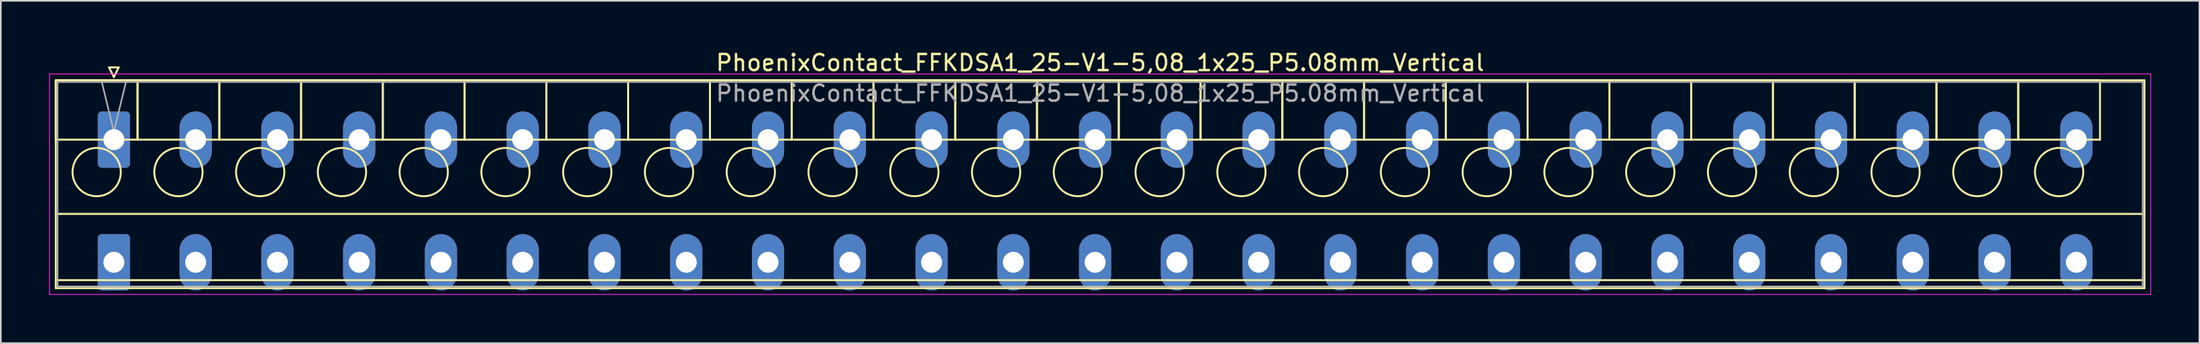
<source format=kicad_pcb>
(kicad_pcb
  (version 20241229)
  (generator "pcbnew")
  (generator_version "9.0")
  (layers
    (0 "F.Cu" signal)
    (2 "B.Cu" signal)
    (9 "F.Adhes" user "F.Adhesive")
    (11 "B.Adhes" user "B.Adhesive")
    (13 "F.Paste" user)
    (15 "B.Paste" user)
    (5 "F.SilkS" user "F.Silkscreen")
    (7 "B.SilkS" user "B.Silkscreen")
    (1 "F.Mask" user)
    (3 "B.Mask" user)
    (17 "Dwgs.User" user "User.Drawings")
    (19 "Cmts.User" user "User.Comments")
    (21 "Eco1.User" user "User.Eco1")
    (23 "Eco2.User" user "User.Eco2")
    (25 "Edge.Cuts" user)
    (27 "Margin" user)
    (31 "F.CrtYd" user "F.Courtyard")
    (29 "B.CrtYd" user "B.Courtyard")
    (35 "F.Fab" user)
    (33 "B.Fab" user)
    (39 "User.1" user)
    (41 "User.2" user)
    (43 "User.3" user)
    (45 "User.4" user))
  (footprint "PhoenixContact_FFKDSA1_25-V1-5,08_1x25_P5.08mm_Vertical"
    (layer "F.Cu")
    (at 4.025 5.628)
    (property "Reference" "PhoenixContact_FFKDSA1_25-V1-5,08_1x25_P5.08mm_Vertical" (at 61.27 -4.78 0) (layer "F.SilkS") (effects (font (size 1 1) (thickness 0.15))))
    (attr through_hole)
    (fp_line (start -3.61 -3.69) (end -3.61 0) (stroke (width 0.12) (type solid)) (layer "F.SilkS"))
    (fp_line (start -3.61 -3.69) (end -3.61 9.23) (stroke (width 0.12) (type solid)) (layer "F.SilkS"))
    (fp_line (start -3.61 0) (end 1.47 0) (stroke (width 0.12) (type solid)) (layer "F.SilkS"))
    (fp_line (start -3.61 4.615) (end 126.15 4.615) (stroke (width 0.12) (type solid)) (layer "F.SilkS"))
    (fp_line (start -3.61 8.73) (end 126.15 8.73) (stroke (width 0.12) (type solid)) (layer "F.SilkS"))
    (fp_line (start -3.61 9.23) (end 126.15 9.23) (stroke (width 0.12) (type solid)) (layer "F.SilkS"))
    (fp_line (start -0.3 -4.49) (end 0.3 -4.49) (stroke (width 0.12) (type solid)) (layer "F.SilkS"))
    (fp_line (start 0 -3.89) (end -0.3 -4.49) (stroke (width 0.12) (type solid)) (layer "F.SilkS"))
    (fp_line (start 0.3 -4.49) (end 0 -3.89) (stroke (width 0.12) (type solid)) (layer "F.SilkS"))
    (fp_line (start 1.47 -3.69) (end -3.61 -3.69) (stroke (width 0.12) (type solid)) (layer "F.SilkS"))
    (fp_line (start 1.47 -3.69) (end 1.47 0) (stroke (width 0.12) (type solid)) (layer "F.SilkS"))
    (fp_line (start 1.47 0) (end 1.47 -3.69) (stroke (width 0.12) (type solid)) (layer "F.SilkS"))
    (fp_line (start 1.47 0) (end 6.55 0) (stroke (width 0.12) (type solid)) (layer "F.SilkS"))
    (fp_line (start 6.55 -3.69) (end 1.47 -3.69) (stroke (width 0.12) (type solid)) (layer "F.SilkS"))
    (fp_line (start 6.55 -3.69) (end 6.55 0) (stroke (width 0.12) (type solid)) (layer "F.SilkS"))
    (fp_line (start 6.55 0) (end 6.55 -3.69) (stroke (width 0.12) (type solid)) (layer "F.SilkS"))
    (fp_line (start 6.55 0) (end 11.63 0) (stroke (width 0.12) (type solid)) (layer "F.SilkS"))
    (fp_line (start 11.63 -3.69) (end 6.55 -3.69) (stroke (width 0.12) (type solid)) (layer "F.SilkS"))
    (fp_line (start 11.63 -3.69) (end 11.63 0) (stroke (width 0.12) (type solid)) (layer "F.SilkS"))
    (fp_line (start 11.63 0) (end 11.63 -3.69) (stroke (width 0.12) (type solid)) (layer "F.SilkS"))
    (fp_line (start 11.63 0) (end 16.71 0) (stroke (width 0.12) (type solid)) (layer "F.SilkS"))
    (fp_line (start 16.71 -3.69) (end 11.63 -3.69) (stroke (width 0.12) (type solid)) (layer "F.SilkS"))
    (fp_line (start 16.71 -3.69) (end 16.71 0) (stroke (width 0.12) (type solid)) (layer "F.SilkS"))
    (fp_line (start 16.71 0) (end 16.71 -3.69) (stroke (width 0.12) (type solid)) (layer "F.SilkS"))
    (fp_line (start 16.71 0) (end 21.79 0) (stroke (width 0.12) (type solid)) (layer "F.SilkS"))
    (fp_line (start 21.79 -3.69) (end 16.71 -3.69) (stroke (width 0.12) (type solid)) (layer "F.SilkS"))
    (fp_line (start 21.79 -3.69) (end 21.79 0) (stroke (width 0.12) (type solid)) (layer "F.SilkS"))
    (fp_line (start 21.79 0) (end 21.79 -3.69) (stroke (width 0.12) (type solid)) (layer "F.SilkS"))
    (fp_line (start 21.79 0) (end 26.87 0) (stroke (width 0.12) (type solid)) (layer "F.SilkS"))
    (fp_line (start 26.87 -3.69) (end 21.79 -3.69) (stroke (width 0.12) (type solid)) (layer "F.SilkS"))
    (fp_line (start 26.87 -3.69) (end 26.87 0) (stroke (width 0.12) (type solid)) (layer "F.SilkS"))
    (fp_line (start 26.87 0) (end 26.87 -3.69) (stroke (width 0.12) (type solid)) (layer "F.SilkS"))
    (fp_line (start 26.87 0) (end 31.95 0) (stroke (width 0.12) (type solid)) (layer "F.SilkS"))
    (fp_line (start 31.95 -3.69) (end 26.87 -3.69) (stroke (width 0.12) (type solid)) (layer "F.SilkS"))
    (fp_line (start 31.95 -3.69) (end 31.95 0) (stroke (width 0.12) (type solid)) (layer "F.SilkS"))
    (fp_line (start 31.95 0) (end 31.95 -3.69) (stroke (width 0.12) (type solid)) (layer "F.SilkS"))
    (fp_line (start 31.95 0) (end 37.03 0) (stroke (width 0.12) (type solid)) (layer "F.SilkS"))
    (fp_line (start 37.03 -3.69) (end 31.95 -3.69) (stroke (width 0.12) (type solid)) (layer "F.SilkS"))
    (fp_line (start 37.03 -3.69) (end 37.03 0) (stroke (width 0.12) (type solid)) (layer "F.SilkS"))
    (fp_line (start 37.03 0) (end 37.03 -3.69) (stroke (width 0.12) (type solid)) (layer "F.SilkS"))
    (fp_line (start 37.03 0) (end 42.11 0) (stroke (width 0.12) (type solid)) (layer "F.SilkS"))
    (fp_line (start 42.11 -3.69) (end 37.03 -3.69) (stroke (width 0.12) (type solid)) (layer "F.SilkS"))
    (fp_line (start 42.11 -3.69) (end 42.11 0) (stroke (width 0.12) (type solid)) (layer "F.SilkS"))
    (fp_line (start 42.11 0) (end 42.11 -3.69) (stroke (width 0.12) (type solid)) (layer "F.SilkS"))
    (fp_line (start 42.11 0) (end 47.19 0) (stroke (width 0.12) (type solid)) (layer "F.SilkS"))
    (fp_line (start 47.19 -3.69) (end 42.11 -3.69) (stroke (width 0.12) (type solid)) (layer "F.SilkS"))
    (fp_line (start 47.19 -3.69) (end 47.19 0) (stroke (width 0.12) (type solid)) (layer "F.SilkS"))
    (fp_line (start 47.19 0) (end 47.19 -3.69) (stroke (width 0.12) (type solid)) (layer "F.SilkS"))
    (fp_line (start 47.19 0) (end 52.27 0) (stroke (width 0.12) (type solid)) (layer "F.SilkS"))
    (fp_line (start 52.27 -3.69) (end 47.19 -3.69) (stroke (width 0.12) (type solid)) (layer "F.SilkS"))
    (fp_line (start 52.27 -3.69) (end 52.27 0) (stroke (width 0.12) (type solid)) (layer "F.SilkS"))
    (fp_line (start 52.27 0) (end 52.27 -3.69) (stroke (width 0.12) (type solid)) (layer "F.SilkS"))
    (fp_line (start 52.27 0) (end 57.35 0) (stroke (width 0.12) (type solid)) (layer "F.SilkS"))
    (fp_line (start 57.35 -3.69) (end 52.27 -3.69) (stroke (width 0.12) (type solid)) (layer "F.SilkS"))
    (fp_line (start 57.35 -3.69) (end 57.35 0) (stroke (width 0.12) (type solid)) (layer "F.SilkS"))
    (fp_line (start 57.35 0) (end 57.35 -3.69) (stroke (width 0.12) (type solid)) (layer "F.SilkS"))
    (fp_line (start 57.35 0) (end 62.43 0) (stroke (width 0.12) (type solid)) (layer "F.SilkS"))
    (fp_line (start 62.43 -3.69) (end 57.35 -3.69) (stroke (width 0.12) (type solid)) (layer "F.SilkS"))
    (fp_line (start 62.43 -3.69) (end 62.43 0) (stroke (width 0.12) (type solid)) (layer "F.SilkS"))
    (fp_line (start 62.43 0) (end 62.43 -3.69) (stroke (width 0.12) (type solid)) (layer "F.SilkS"))
    (fp_line (start 62.43 0) (end 67.51 0) (stroke (width 0.12) (type solid)) (layer "F.SilkS"))
    (fp_line (start 67.51 -3.69) (end 62.43 -3.69) (stroke (width 0.12) (type solid)) (layer "F.SilkS"))
    (fp_line (start 67.51 -3.69) (end 67.51 0) (stroke (width 0.12) (type solid)) (layer "F.SilkS"))
    (fp_line (start 67.51 0) (end 67.51 -3.69) (stroke (width 0.12) (type solid)) (layer "F.SilkS"))
    (fp_line (start 67.51 0) (end 72.59 0) (stroke (width 0.12) (type solid)) (layer "F.SilkS"))
    (fp_line (start 72.59 -3.69) (end 67.51 -3.69) (stroke (width 0.12) (type solid)) (layer "F.SilkS"))
    (fp_line (start 72.59 -3.69) (end 72.59 0) (stroke (width 0.12) (type solid)) (layer "F.SilkS"))
    (fp_line (start 72.59 0) (end 72.59 -3.69) (stroke (width 0.12) (type solid)) (layer "F.SilkS"))
    (fp_line (start 72.59 0) (end 77.67 0) (stroke (width 0.12) (type solid)) (layer "F.SilkS"))
    (fp_line (start 77.67 -3.69) (end 72.59 -3.69) (stroke (width 0.12) (type solid)) (layer "F.SilkS"))
    (fp_line (start 77.67 -3.69) (end 77.67 0) (stroke (width 0.12) (type solid)) (layer "F.SilkS"))
    (fp_line (start 77.67 0) (end 77.67 -3.69) (stroke (width 0.12) (type solid)) (layer "F.SilkS"))
    (fp_line (start 77.67 0) (end 82.75 0) (stroke (width 0.12) (type solid)) (layer "F.SilkS"))
    (fp_line (start 82.75 -3.69) (end 77.67 -3.69) (stroke (width 0.12) (type solid)) (layer "F.SilkS"))
    (fp_line (start 82.75 -3.69) (end 82.75 0) (stroke (width 0.12) (type solid)) (layer "F.SilkS"))
    (fp_line (start 82.75 0) (end 82.75 -3.69) (stroke (width 0.12) (type solid)) (layer "F.SilkS"))
    (fp_line (start 82.75 0) (end 87.83 0) (stroke (width 0.12) (type solid)) (layer "F.SilkS"))
    (fp_line (start 87.83 -3.69) (end 82.75 -3.69) (stroke (width 0.12) (type solid)) (layer "F.SilkS"))
    (fp_line (start 87.83 -3.69) (end 87.83 0) (stroke (width 0.12) (type solid)) (layer "F.SilkS"))
    (fp_line (start 87.83 0) (end 87.83 -3.69) (stroke (width 0.12) (type solid)) (layer "F.SilkS"))
    (fp_line (start 87.83 0) (end 92.91 0) (stroke (width 0.12) (type solid)) (layer "F.SilkS"))
    (fp_line (start 92.91 -3.69) (end 87.83 -3.69) (stroke (width 0.12) (type solid)) (layer "F.SilkS"))
    (fp_line (start 92.91 -3.69) (end 92.91 0) (stroke (width 0.12) (type solid)) (layer "F.SilkS"))
    (fp_line (start 92.91 0) (end 92.91 -3.69) (stroke (width 0.12) (type solid)) (layer "F.SilkS"))
    (fp_line (start 92.91 0) (end 97.99 0) (stroke (width 0.12) (type solid)) (layer "F.SilkS"))
    (fp_line (start 97.99 -3.69) (end 92.91 -3.69) (stroke (width 0.12) (type solid)) (layer "F.SilkS"))
    (fp_line (start 97.99 -3.69) (end 97.99 0) (stroke (width 0.12) (type solid)) (layer "F.SilkS"))
    (fp_line (start 97.99 0) (end 97.99 -3.69) (stroke (width 0.12) (type solid)) (layer "F.SilkS"))
    (fp_line (start 97.99 0) (end 103.07 0) (stroke (width 0.12) (type solid)) (layer "F.SilkS"))
    (fp_line (start 103.07 -3.69) (end 97.99 -3.69) (stroke (width 0.12) (type solid)) (layer "F.SilkS"))
    (fp_line (start 103.07 -3.69) (end 103.07 0) (stroke (width 0.12) (type solid)) (layer "F.SilkS"))
    (fp_line (start 103.07 0) (end 103.07 -3.69) (stroke (width 0.12) (type solid)) (layer "F.SilkS"))
    (fp_line (start 103.07 0) (end 108.15 0) (stroke (width 0.12) (type solid)) (layer "F.SilkS"))
    (fp_line (start 108.15 -3.69) (end 103.07 -3.69) (stroke (width 0.12) (type solid)) (layer "F.SilkS"))
    (fp_line (start 108.15 -3.69) (end 108.15 0) (stroke (width 0.12) (type solid)) (layer "F.SilkS"))
    (fp_line (start 108.15 0) (end 108.15 -3.69) (stroke (width 0.12) (type solid)) (layer "F.SilkS"))
    (fp_line (start 108.15 0) (end 113.23 0) (stroke (width 0.12) (type solid)) (layer "F.SilkS"))
    (fp_line (start 113.23 -3.69) (end 108.15 -3.69) (stroke (width 0.12) (type solid)) (layer "F.SilkS"))
    (fp_line (start 113.23 -3.69) (end 113.23 0) (stroke (width 0.12) (type solid)) (layer "F.SilkS"))
    (fp_line (start 113.23 0) (end 113.23 -3.69) (stroke (width 0.12) (type solid)) (layer "F.SilkS"))
    (fp_line (start 113.23 0) (end 118.31 0) (stroke (width 0.12) (type solid)) (layer "F.SilkS"))
    (fp_line (start 118.31 -3.69) (end 113.23 -3.69) (stroke (width 0.12) (type solid)) (layer "F.SilkS"))
    (fp_line (start 118.31 -3.69) (end 118.31 0) (stroke (width 0.12) (type solid)) (layer "F.SilkS"))
    (fp_line (start 118.31 0) (end 118.31 -3.69) (stroke (width 0.12) (type solid)) (layer "F.SilkS"))
    (fp_line (start 118.31 0) (end 123.39 0) (stroke (width 0.12) (type solid)) (layer "F.SilkS"))
    (fp_line (start 123.39 -3.69) (end 118.31 -3.69) (stroke (width 0.12) (type solid)) (layer "F.SilkS"))
    (fp_line (start 123.39 0) (end 123.39 -3.69) (stroke (width 0.12) (type solid)) (layer "F.SilkS"))
    (fp_line (start 126.15 -3.69) (end -3.61 -3.69) (stroke (width 0.12) (type solid)) (layer "F.SilkS"))
    (fp_line (start 126.15 9.23) (end 126.15 -3.69) (stroke (width 0.12) (type solid)) (layer "F.SilkS"))
    (fp_circle (center -1.07 2.015) (end 0.43 2.015) (stroke (width 0.12) (type solid)) (fill no) (layer "F.SilkS"))
    (fp_circle (center 4.01 2.015) (end 5.51 2.015) (stroke (width 0.12) (type solid)) (fill no) (layer "F.SilkS"))
    (fp_circle (center 9.09 2.015) (end 10.59 2.015) (stroke (width 0.12) (type solid)) (fill no) (layer "F.SilkS"))
    (fp_circle (center 14.17 2.015) (end 15.67 2.015) (stroke (width 0.12) (type solid)) (fill no) (layer "F.SilkS"))
    (fp_circle (center 19.25 2.015) (end 20.75 2.015) (stroke (width 0.12) (type solid)) (fill no) (layer "F.SilkS"))
    (fp_circle (center 24.33 2.015) (end 25.83 2.015) (stroke (width 0.12) (type solid)) (fill no) (layer "F.SilkS"))
    (fp_circle (center 29.41 2.015) (end 30.91 2.015) (stroke (width 0.12) (type solid)) (fill no) (layer "F.SilkS"))
    (fp_circle (center 34.49 2.015) (end 35.99 2.015) (stroke (width 0.12) (type solid)) (fill no) (layer "F.SilkS"))
    (fp_circle (center 39.57 2.015) (end 41.07 2.015) (stroke (width 0.12) (type solid)) (fill no) (layer "F.SilkS"))
    (fp_circle (center 44.65 2.015) (end 46.15 2.015) (stroke (width 0.12) (type solid)) (fill no) (layer "F.SilkS"))
    (fp_circle (center 49.73 2.015) (end 51.23 2.015) (stroke (width 0.12) (type solid)) (fill no) (layer "F.SilkS"))
    (fp_circle (center 54.81 2.015) (end 56.31 2.015) (stroke (width 0.12) (type solid)) (fill no) (layer "F.SilkS"))
    (fp_circle (center 59.89 2.015) (end 61.39 2.015) (stroke (width 0.12) (type solid)) (fill no) (layer "F.SilkS"))
    (fp_circle (center 64.97 2.015) (end 66.47 2.015) (stroke (width 0.12) (type solid)) (fill no) (layer "F.SilkS"))
    (fp_circle (center 70.05 2.015) (end 71.55 2.015) (stroke (width 0.12) (type solid)) (fill no) (layer "F.SilkS"))
    (fp_circle (center 75.13 2.015) (end 76.63 2.015) (stroke (width 0.12) (type solid)) (fill no) (layer "F.SilkS"))
    (fp_circle (center 80.21 2.015) (end 81.71 2.015) (stroke (width 0.12) (type solid)) (fill no) (layer "F.SilkS"))
    (fp_circle (center 85.29 2.015) (end 86.79 2.015) (stroke (width 0.12) (type solid)) (fill no) (layer "F.SilkS"))
    (fp_circle (center 90.37 2.015) (end 91.87 2.015) (stroke (width 0.12) (type solid)) (fill no) (layer "F.SilkS"))
    (fp_circle (center 95.45 2.015) (end 96.95 2.015) (stroke (width 0.12) (type solid)) (fill no) (layer "F.SilkS"))
    (fp_circle (center 100.53 2.015) (end 102.03 2.015) (stroke (width 0.12) (type solid)) (fill no) (layer "F.SilkS"))
    (fp_circle (center 105.61 2.015) (end 107.11 2.015) (stroke (width 0.12) (type solid)) (fill no) (layer "F.SilkS"))
    (fp_circle (center 110.69 2.015) (end 112.19 2.015) (stroke (width 0.12) (type solid)) (fill no) (layer "F.SilkS"))
    (fp_circle (center 115.77 2.015) (end 117.27 2.015) (stroke (width 0.12) (type solid)) (fill no) (layer "F.SilkS"))
    (fp_circle (center 120.85 2.015) (end 122.35 2.015) (stroke (width 0.12) (type solid)) (fill no) (layer "F.SilkS"))
    (fp_line (start -4 -4.08) (end -4 9.62) (stroke (width 0.05) (type solid)) (layer "F.CrtYd"))
    (fp_line (start -4 9.62) (end 126.54 9.62) (stroke (width 0.05) (type solid)) (layer "F.CrtYd"))
    (fp_line (start 126.54 -4.08) (end -4 -4.08) (stroke (width 0.05) (type solid)) (layer "F.CrtYd"))
    (fp_line (start 126.54 9.62) (end 126.54 -4.08) (stroke (width 0.05) (type solid)) (layer "F.CrtYd"))
    (fp_line (start -3.5 -3.58) (end -3.5 9.12) (stroke (width 0.1) (type solid)) (layer "F.Fab"))
    (fp_line (start -3.5 9.12) (end 126.04 9.12) (stroke (width 0.1) (type solid)) (layer "F.Fab"))
    (fp_line (start 0 -0.5) (end -0.75 -3.58) (stroke (width 0.1) (type solid)) (layer "F.Fab"))
    (fp_line (start 0.75 -3.58) (end 0 -0.5) (stroke (width 0.1) (type solid)) (layer "F.Fab"))
    (fp_line (start 126.04 -3.58) (end -3.5 -3.58) (stroke (width 0.1) (type solid)) (layer "F.Fab"))
    (fp_line (start 126.04 9.12) (end 126.04 -3.58) (stroke (width 0.1) (type solid)) (layer "F.Fab"))
    (fp_text user "${REFERENCE}" (at 61.27 -2.88 0) (layer "F.Fab") (effects (font (size 1 1) (thickness 0.15))))
    (pad "1" thru_hole roundrect (at 0 0) (size 2 3.5) (drill 1.3) (layers "*.Cu" "*.Mask") (roundrect_rratio 0.125))
    (pad "1" thru_hole roundrect (at 0 7.62) (size 2 3.5) (drill 1.3) (layers "*.Cu" "*.Mask") (roundrect_rratio 0.125))
    (pad "2" thru_hole oval (at 5.08 0) (size 2 3.5) (drill 1.3) (layers "*.Cu" "*.Mask"))
    (pad "2" thru_hole oval (at 5.08 7.62) (size 2 3.5) (drill 1.3) (layers "*.Cu" "*.Mask"))
    (pad "3" thru_hole oval (at 10.16 0) (size 2 3.5) (drill 1.3) (layers "*.Cu" "*.Mask"))
    (pad "3" thru_hole oval (at 10.16 7.62) (size 2 3.5) (drill 1.3) (layers "*.Cu" "*.Mask"))
    (pad "4" thru_hole oval (at 15.24 0) (size 2 3.5) (drill 1.3) (layers "*.Cu" "*.Mask"))
    (pad "4" thru_hole oval (at 15.24 7.62) (size 2 3.5) (drill 1.3) (layers "*.Cu" "*.Mask"))
    (pad "5" thru_hole oval (at 20.32 0) (size 2 3.5) (drill 1.3) (layers "*.Cu" "*.Mask"))
    (pad "5" thru_hole oval (at 20.32 7.62) (size 2 3.5) (drill 1.3) (layers "*.Cu" "*.Mask"))
    (pad "6" thru_hole oval (at 25.4 0) (size 2 3.5) (drill 1.3) (layers "*.Cu" "*.Mask"))
    (pad "6" thru_hole oval (at 25.4 7.62) (size 2 3.5) (drill 1.3) (layers "*.Cu" "*.Mask"))
    (pad "7" thru_hole oval (at 30.48 0) (size 2 3.5) (drill 1.3) (layers "*.Cu" "*.Mask"))
    (pad "7" thru_hole oval (at 30.48 7.62) (size 2 3.5) (drill 1.3) (layers "*.Cu" "*.Mask"))
    (pad "8" thru_hole oval (at 35.56 0) (size 2 3.5) (drill 1.3) (layers "*.Cu" "*.Mask"))
    (pad "8" thru_hole oval (at 35.56 7.62) (size 2 3.5) (drill 1.3) (layers "*.Cu" "*.Mask"))
    (pad "9" thru_hole oval (at 40.64 0) (size 2 3.5) (drill 1.3) (layers "*.Cu" "*.Mask"))
    (pad "9" thru_hole oval (at 40.64 7.62) (size 2 3.5) (drill 1.3) (layers "*.Cu" "*.Mask"))
    (pad "10" thru_hole oval (at 45.72 0) (size 2 3.5) (drill 1.3) (layers "*.Cu" "*.Mask"))
    (pad "10" thru_hole oval (at 45.72 7.62) (size 2 3.5) (drill 1.3) (layers "*.Cu" "*.Mask"))
    (pad "11" thru_hole oval (at 50.8 0) (size 2 3.5) (drill 1.3) (layers "*.Cu" "*.Mask"))
    (pad "11" thru_hole oval (at 50.8 7.62) (size 2 3.5) (drill 1.3) (layers "*.Cu" "*.Mask"))
    (pad "12" thru_hole oval (at 55.88 0) (size 2 3.5) (drill 1.3) (layers "*.Cu" "*.Mask"))
    (pad "12" thru_hole oval (at 55.88 7.62) (size 2 3.5) (drill 1.3) (layers "*.Cu" "*.Mask"))
    (pad "13" thru_hole oval (at 60.96 0) (size 2 3.5) (drill 1.3) (layers "*.Cu" "*.Mask"))
    (pad "13" thru_hole oval (at 60.96 7.62) (size 2 3.5) (drill 1.3) (layers "*.Cu" "*.Mask"))
    (pad "14" thru_hole oval (at 66.04 0) (size 2 3.5) (drill 1.3) (layers "*.Cu" "*.Mask"))
    (pad "14" thru_hole oval (at 66.04 7.62) (size 2 3.5) (drill 1.3) (layers "*.Cu" "*.Mask"))
    (pad "15" thru_hole oval (at 71.12 0) (size 2 3.5) (drill 1.3) (layers "*.Cu" "*.Mask"))
    (pad "15" thru_hole oval (at 71.12 7.62) (size 2 3.5) (drill 1.3) (layers "*.Cu" "*.Mask"))
    (pad "16" thru_hole oval (at 76.2 0) (size 2 3.5) (drill 1.3) (layers "*.Cu" "*.Mask"))
    (pad "16" thru_hole oval (at 76.2 7.62) (size 2 3.5) (drill 1.3) (layers "*.Cu" "*.Mask"))
    (pad "17" thru_hole oval (at 81.28 0) (size 2 3.5) (drill 1.3) (layers "*.Cu" "*.Mask"))
    (pad "17" thru_hole oval (at 81.28 7.62) (size 2 3.5) (drill 1.3) (layers "*.Cu" "*.Mask"))
    (pad "18" thru_hole oval (at 86.36 0) (size 2 3.5) (drill 1.3) (layers "*.Cu" "*.Mask"))
    (pad "18" thru_hole oval (at 86.36 7.62) (size 2 3.5) (drill 1.3) (layers "*.Cu" "*.Mask"))
    (pad "19" thru_hole oval (at 91.44 0) (size 2 3.5) (drill 1.3) (layers "*.Cu" "*.Mask"))
    (pad "19" thru_hole oval (at 91.44 7.62) (size 2 3.5) (drill 1.3) (layers "*.Cu" "*.Mask"))
    (pad "20" thru_hole oval (at 96.52 0) (size 2 3.5) (drill 1.3) (layers "*.Cu" "*.Mask"))
    (pad "20" thru_hole oval (at 96.52 7.62) (size 2 3.5) (drill 1.3) (layers "*.Cu" "*.Mask"))
    (pad "21" thru_hole oval (at 101.6 0) (size 2 3.5) (drill 1.3) (layers "*.Cu" "*.Mask"))
    (pad "21" thru_hole oval (at 101.6 7.62) (size 2 3.5) (drill 1.3) (layers "*.Cu" "*.Mask"))
    (pad "22" thru_hole oval (at 106.68 0) (size 2 3.5) (drill 1.3) (layers "*.Cu" "*.Mask"))
    (pad "22" thru_hole oval (at 106.68 7.62) (size 2 3.5) (drill 1.3) (layers "*.Cu" "*.Mask"))
    (pad "23" thru_hole oval (at 111.76 0) (size 2 3.5) (drill 1.3) (layers "*.Cu" "*.Mask"))
    (pad "23" thru_hole oval (at 111.76 7.62) (size 2 3.5) (drill 1.3) (layers "*.Cu" "*.Mask"))
    (pad "24" thru_hole oval (at 116.84 0) (size 2 3.5) (drill 1.3) (layers "*.Cu" "*.Mask"))
    (pad "24" thru_hole oval (at 116.84 7.62) (size 2 3.5) (drill 1.3) (layers "*.Cu" "*.Mask"))
    (pad "25" thru_hole oval (at 121.92 0) (size 2 3.5) (drill 1.3) (layers "*.Cu" "*.Mask"))
    (pad "25" thru_hole oval (at 121.92 7.62) (size 2 3.5) (drill 1.3) (layers "*.Cu" "*.Mask")))
  (gr_rect
    (start -3 -3)
    (end 133.59 18.273)
    (stroke (width 0.1) (type default))
    (fill no)
    (layer "Edge.Cuts")))
</source>
